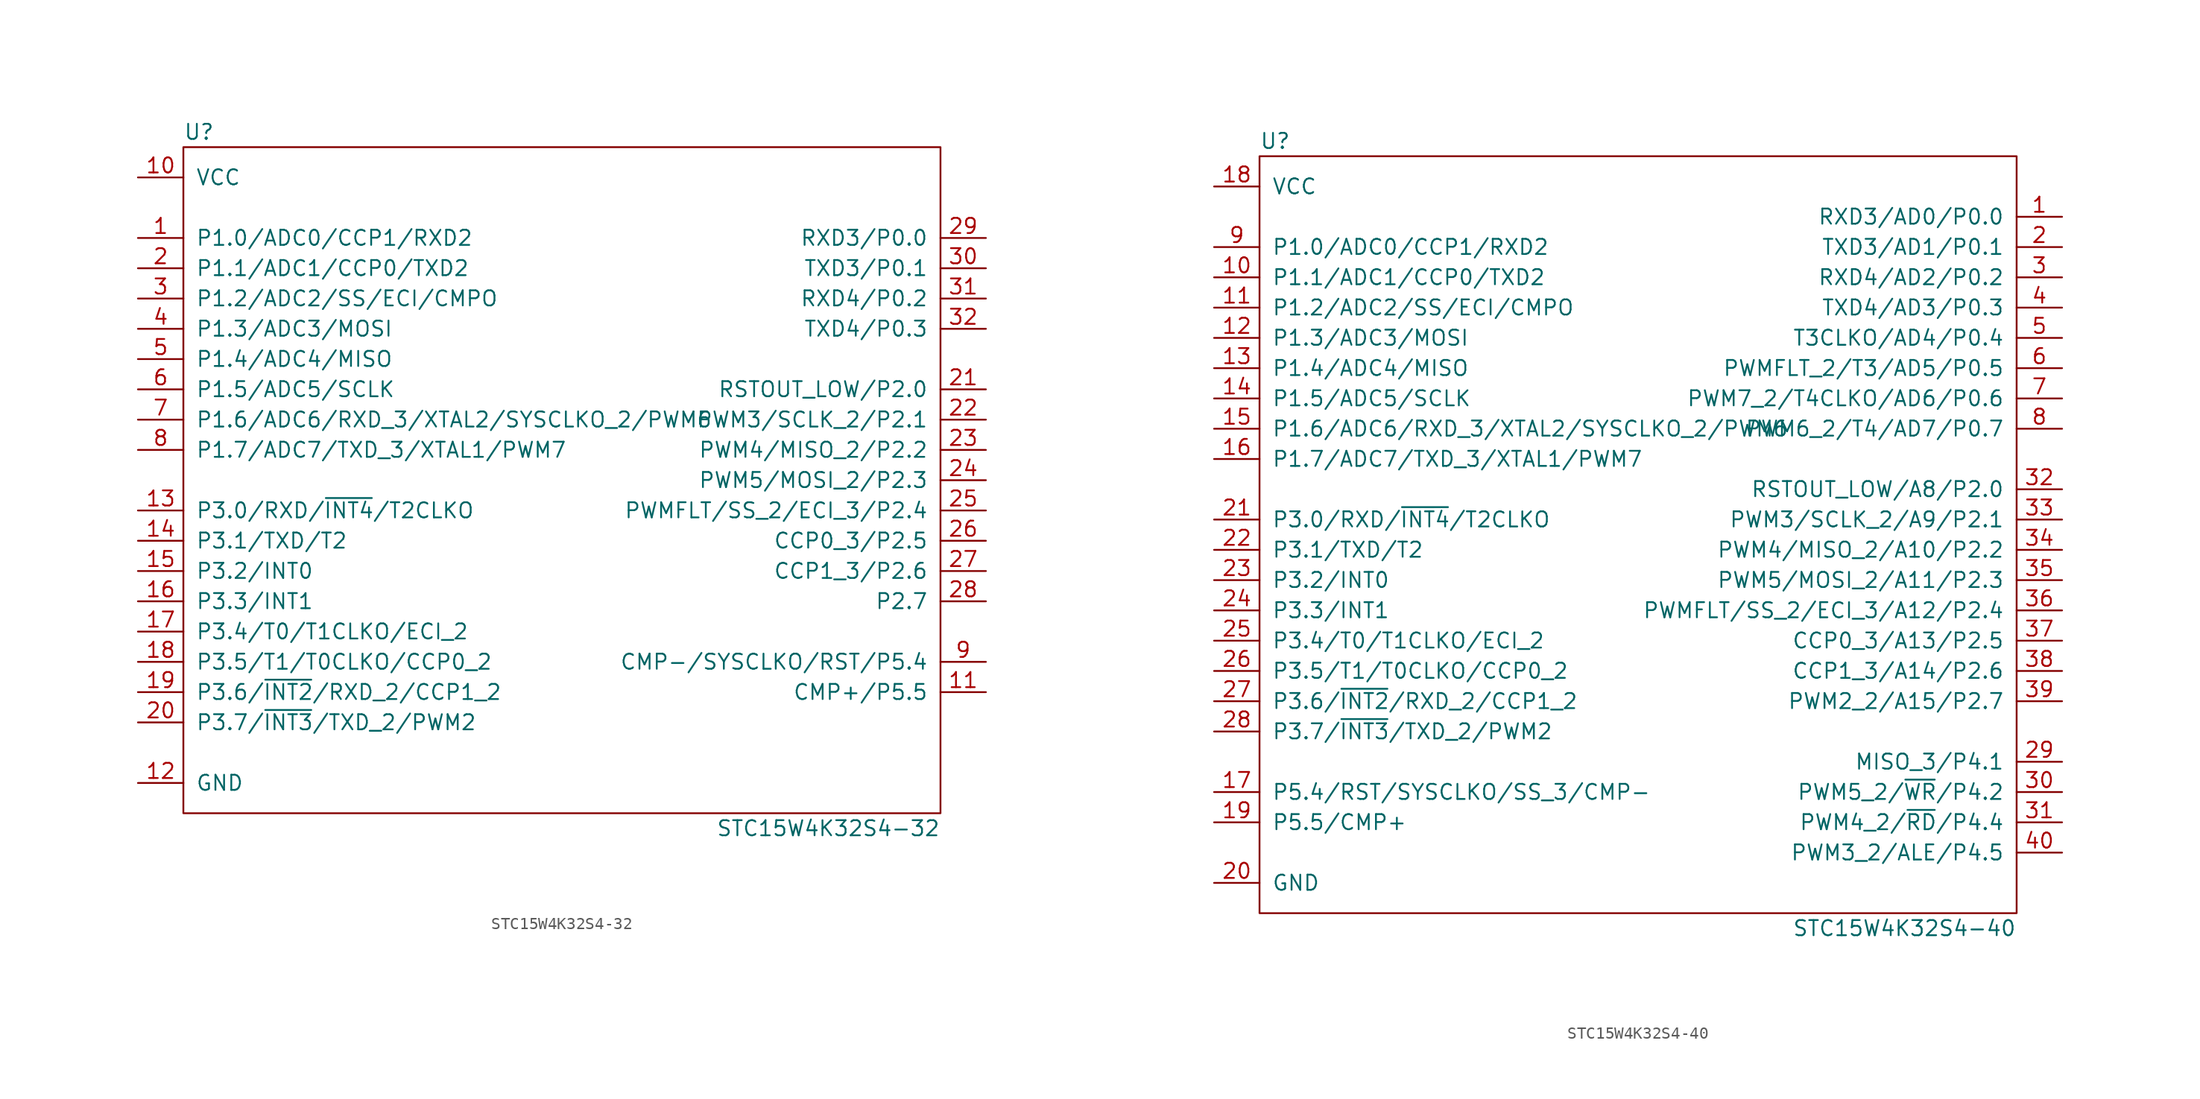
<source format=kicad_sym>
(kicad_symbol_lib
  (version 20211014)
  (generator kicad_symbol_editor)
  (symbol "STC15W4K32S4-32"
    (pin_names
      (offset 1.016))
    (property "Reference" "U"
      (at -31.75 29.21 0)
      (effects (font (size 1.27 1.27)) (justify left)))
    (property "Value" "STC15W4K32S4-32"
      (at 31.75 -29.21 0)
      (effects (font (size 1.27 1.27)) (justify right)))
    (symbol "STC15W4K32S4-32_0_1"
      (rectangle (start -31.75 27.94) (end 31.75 -27.94) (stroke (width 0.152) (type default) (color 0 0 0 0)) (fill (type none))))
    (symbol "STC15W4K32S4-32_1_1"
      (pin tri_state line (at -35.56 20.32 0) (length 3.81) (name "P1.0/ADC0/CCP1/RXD2" (effects (font (size 1.27 1.27)))) (number "1" (effects (font (size 1.27 1.27)))))
      (pin power_in line (at -35.56 25.4 0) (length 3.81) (name "VCC" (effects (font (size 1.27 1.27)))) (number "10" (effects (font (size 1.27 1.27)))))
      (pin tri_state line (at 35.56 -17.78 180) (length 3.81) (name "CMP+/P5.5" (effects (font (size 1.27 1.27)))) (number "11" (effects (font (size 1.27 1.27)))))
      (pin power_in line (at -35.56 -25.4 0) (length 3.81) (name "GND" (effects (font (size 1.27 1.27)))) (number "12" (effects (font (size 1.27 1.27)))))
      (pin tri_state line (at -35.56 -2.54 0) (length 3.81) (name "P3.0/RXD/~{INT4}/T2CLKO" (effects (font (size 1.27 1.27)))) (number "13" (effects (font (size 1.27 1.27)))))
      (pin tri_state line (at -35.56 -5.08 0) (length 3.81) (name "P3.1/TXD/T2" (effects (font (size 1.27 1.27)))) (number "14" (effects (font (size 1.27 1.27)))))
      (pin tri_state line (at -35.56 -7.62 0) (length 3.81) (name "P3.2/INT0" (effects (font (size 1.27 1.27)))) (number "15" (effects (font (size 1.27 1.27)))))
      (pin tri_state line (at -35.56 -10.16 0) (length 3.81) (name "P3.3/INT1" (effects (font (size 1.27 1.27)))) (number "16" (effects (font (size 1.27 1.27)))))
      (pin tri_state line (at -35.56 -12.7 0) (length 3.81) (name "P3.4/T0/T1CLKO/ECI_2" (effects (font (size 1.27 1.27)))) (number "17" (effects (font (size 1.27 1.27)))))
      (pin tri_state line (at -35.56 -15.24 0) (length 3.81) (name "P3.5/T1/T0CLKO/CCP0_2" (effects (font (size 1.27 1.27)))) (number "18" (effects (font (size 1.27 1.27)))))
      (pin tri_state line (at -35.56 -17.78 0) (length 3.81) (name "P3.6/~{INT2}/RXD_2/CCP1_2" (effects (font (size 1.27 1.27)))) (number "19" (effects (font (size 1.27 1.27)))))
      (pin tri_state line (at -35.56 17.78 0) (length 3.81) (name "P1.1/ADC1/CCP0/TXD2" (effects (font (size 1.27 1.27)))) (number "2" (effects (font (size 1.27 1.27)))))
      (pin tri_state line (at -35.56 -20.32 0) (length 3.81) (name "P3.7/~{INT3}/TXD_2/PWM2" (effects (font (size 1.27 1.27)))) (number "20" (effects (font (size 1.27 1.27)))))
      (pin tri_state line (at 35.56 7.62 180) (length 3.81) (name "RSTOUT_LOW/P2.0" (effects (font (size 1.27 1.27)))) (number "21" (effects (font (size 1.27 1.27)))))
      (pin tri_state line (at 35.56 5.08 180) (length 3.81) (name "PWM3/SCLK_2/P2.1" (effects (font (size 1.27 1.27)))) (number "22" (effects (font (size 1.27 1.27)))))
      (pin tri_state line (at 35.56 2.54 180) (length 3.81) (name "PWM4/MISO_2/P2.2" (effects (font (size 1.27 1.27)))) (number "23" (effects (font (size 1.27 1.27)))))
      (pin tri_state line (at 35.56 0 180) (length 3.81) (name "PWM5/MOSI_2/P2.3" (effects (font (size 1.27 1.27)))) (number "24" (effects (font (size 1.27 1.27)))))
      (pin tri_state line (at 35.56 -2.54 180) (length 3.81) (name "PWMFLT/SS_2/ECI_3/P2.4" (effects (font (size 1.27 1.27)))) (number "25" (effects (font (size 1.27 1.27)))))
      (pin tri_state line (at 35.56 -5.08 180) (length 3.81) (name "CCP0_3/P2.5" (effects (font (size 1.27 1.27)))) (number "26" (effects (font (size 1.27 1.27)))))
      (pin tri_state line (at 35.56 -7.62 180) (length 3.81) (name "CCP1_3/P2.6" (effects (font (size 1.27 1.27)))) (number "27" (effects (font (size 1.27 1.27)))))
      (pin tri_state line (at 35.56 -10.16 180) (length 3.81) (name "P2.7" (effects (font (size 1.27 1.27)))) (number "28" (effects (font (size 1.27 1.27)))))
      (pin tri_state line (at 35.56 20.32 180) (length 3.81) (name "RXD3/P0.0" (effects (font (size 1.27 1.27)))) (number "29" (effects (font (size 1.27 1.27)))))
      (pin tri_state line (at -35.56 15.24 0) (length 3.81) (name "P1.2/ADC2/SS/ECI/CMPO" (effects (font (size 1.27 1.27)))) (number "3" (effects (font (size 1.27 1.27)))))
      (pin tri_state line (at 35.56 17.78 180) (length 3.81) (name "TXD3/P0.1" (effects (font (size 1.27 1.27)))) (number "30" (effects (font (size 1.27 1.27)))))
      (pin tri_state line (at 35.56 15.24 180) (length 3.81) (name "RXD4/P0.2" (effects (font (size 1.27 1.27)))) (number "31" (effects (font (size 1.27 1.27)))))
      (pin tri_state line (at 35.56 12.7 180) (length 3.81) (name "TXD4/P0.3" (effects (font (size 1.27 1.27)))) (number "32" (effects (font (size 1.27 1.27)))))
      (pin tri_state line (at -35.56 12.7 0) (length 3.81) (name "P1.3/ADC3/MOSI" (effects (font (size 1.27 1.27)))) (number "4" (effects (font (size 1.27 1.27)))))
      (pin tri_state line (at -35.56 10.16 0) (length 3.81) (name "P1.4/ADC4/MISO" (effects (font (size 1.27 1.27)))) (number "5" (effects (font (size 1.27 1.27)))))
      (pin tri_state line (at -35.56 7.62 0) (length 3.81) (name "P1.5/ADC5/SCLK" (effects (font (size 1.27 1.27)))) (number "6" (effects (font (size 1.27 1.27)))))
      (pin tri_state line (at -35.56 5.08 0) (length 3.81) (name "P1.6/ADC6/RXD_3/XTAL2/SYSCLKO_2/PWM6" (effects (font (size 1.27 1.27)))) (number "7" (effects (font (size 1.27 1.27)))))
      (pin tri_state line (at -35.56 2.54 0) (length 3.81) (name "P1.7/ADC7/TXD_3/XTAL1/PWM7" (effects (font (size 1.27 1.27)))) (number "8" (effects (font (size 1.27 1.27)))))
      (pin tri_state line (at 35.56 -15.24 180) (length 3.81) (name "CMP-/SYSCLKO/RST/P5.4" (effects (font (size 1.27 1.27)))) (number "9" (effects (font (size 1.27 1.27)))))))
  (symbol "STC15W4K32S4-40"
    (pin_names
      (offset 1.016))
    (property "Reference" "U"
      (at -31.75 31.75 0)
      (effects (font (size 1.27 1.27)) (justify left)))
    (property "Value" "STC15W4K32S4-40"
      (at 31.75 -34.29 0)
      (effects (font (size 1.27 1.27)) (justify right)))
    (symbol "STC15W4K32S4-40_0_1"
      (rectangle (start -31.75 30.48) (end 31.75 -33.02) (stroke (width 0.152) (type default) (color 0 0 0 0)) (fill (type none))))
    (symbol "STC15W4K32S4-40_1_1"
      (pin tri_state line (at 35.56 25.4 180) (length 3.81) (name "RXD3/AD0/P0.0" (effects (font (size 1.27 1.27)))) (number "1" (effects (font (size 1.27 1.27)))))
      (pin tri_state line (at -35.56 20.32 0) (length 3.81) (name "P1.1/ADC1/CCP0/TXD2" (effects (font (size 1.27 1.27)))) (number "10" (effects (font (size 1.27 1.27)))))
      (pin tri_state line (at -35.56 17.78 0) (length 3.81) (name "P1.2/ADC2/SS/ECI/CMPO" (effects (font (size 1.27 1.27)))) (number "11" (effects (font (size 1.27 1.27)))))
      (pin tri_state line (at -35.56 15.24 0) (length 3.81) (name "P1.3/ADC3/MOSI" (effects (font (size 1.27 1.27)))) (number "12" (effects (font (size 1.27 1.27)))))
      (pin tri_state line (at -35.56 12.7 0) (length 3.81) (name "P1.4/ADC4/MISO" (effects (font (size 1.27 1.27)))) (number "13" (effects (font (size 1.27 1.27)))))
      (pin tri_state line (at -35.56 10.16 0) (length 3.81) (name "P1.5/ADC5/SCLK" (effects (font (size 1.27 1.27)))) (number "14" (effects (font (size 1.27 1.27)))))
      (pin tri_state line (at -35.56 7.62 0) (length 3.81) (name "P1.6/ADC6/RXD_3/XTAL2/SYSCLKO_2/PWM6" (effects (font (size 1.27 1.27)))) (number "15" (effects (font (size 1.27 1.27)))))
      (pin tri_state line (at -35.56 5.08 0) (length 3.81) (name "P1.7/ADC7/TXD_3/XTAL1/PWM7" (effects (font (size 1.27 1.27)))) (number "16" (effects (font (size 1.27 1.27)))))
      (pin tri_state line (at -35.56 -22.86 0) (length 3.81) (name "P5.4/RST/SYSCLKO/SS_3/CMP-" (effects (font (size 1.27 1.27)))) (number "17" (effects (font (size 1.27 1.27)))))
      (pin power_in line (at -35.56 27.94 0) (length 3.81) (name "VCC" (effects (font (size 1.27 1.27)))) (number "18" (effects (font (size 1.27 1.27)))))
      (pin tri_state line (at -35.56 -25.4 0) (length 3.81) (name "P5.5/CMP+" (effects (font (size 1.27 1.27)))) (number "19" (effects (font (size 1.27 1.27)))))
      (pin tri_state line (at 35.56 22.86 180) (length 3.81) (name "TXD3/AD1/P0.1" (effects (font (size 1.27 1.27)))) (number "2" (effects (font (size 1.27 1.27)))))
      (pin power_in line (at -35.56 -30.48 0) (length 3.81) (name "GND" (effects (font (size 1.27 1.27)))) (number "20" (effects (font (size 1.27 1.27)))))
      (pin tri_state line (at -35.56 0 0) (length 3.81) (name "P3.0/RXD/~{INT4}/T2CLKO" (effects (font (size 1.27 1.27)))) (number "21" (effects (font (size 1.27 1.27)))))
      (pin tri_state line (at -35.56 -2.54 0) (length 3.81) (name "P3.1/TXD/T2" (effects (font (size 1.27 1.27)))) (number "22" (effects (font (size 1.27 1.27)))))
      (pin tri_state line (at -35.56 -5.08 0) (length 3.81) (name "P3.2/INT0" (effects (font (size 1.27 1.27)))) (number "23" (effects (font (size 1.27 1.27)))))
      (pin tri_state line (at -35.56 -7.62 0) (length 3.81) (name "P3.3/INT1" (effects (font (size 1.27 1.27)))) (number "24" (effects (font (size 1.27 1.27)))))
      (pin tri_state line (at -35.56 -10.16 0) (length 3.81) (name "P3.4/T0/T1CLKO/ECI_2" (effects (font (size 1.27 1.27)))) (number "25" (effects (font (size 1.27 1.27)))))
      (pin tri_state line (at -35.56 -12.7 0) (length 3.81) (name "P3.5/T1/T0CLKO/CCP0_2" (effects (font (size 1.27 1.27)))) (number "26" (effects (font (size 1.27 1.27)))))
      (pin tri_state line (at -35.56 -15.24 0) (length 3.81) (name "P3.6/~{INT2}/RXD_2/CCP1_2" (effects (font (size 1.27 1.27)))) (number "27" (effects (font (size 1.27 1.27)))))
      (pin tri_state line (at -35.56 -17.78 0) (length 3.81) (name "P3.7/~{INT3}/TXD_2/PWM2" (effects (font (size 1.27 1.27)))) (number "28" (effects (font (size 1.27 1.27)))))
      (pin tri_state line (at 35.56 -20.32 180) (length 3.81) (name "MISO_3/P4.1" (effects (font (size 1.27 1.27)))) (number "29" (effects (font (size 1.27 1.27)))))
      (pin tri_state line (at 35.56 20.32 180) (length 3.81) (name "RXD4/AD2/P0.2" (effects (font (size 1.27 1.27)))) (number "3" (effects (font (size 1.27 1.27)))))
      (pin tri_state line (at 35.56 -22.86 180) (length 3.81) (name "PWM5_2/~{WR}/P4.2" (effects (font (size 1.27 1.27)))) (number "30" (effects (font (size 1.27 1.27)))))
      (pin tri_state line (at 35.56 -25.4 180) (length 3.81) (name "PWM4_2/~{RD}/P4.4" (effects (font (size 1.27 1.27)))) (number "31" (effects (font (size 1.27 1.27)))))
      (pin tri_state line (at 35.56 2.54 180) (length 3.81) (name "RSTOUT_LOW/A8/P2.0" (effects (font (size 1.27 1.27)))) (number "32" (effects (font (size 1.27 1.27)))))
      (pin tri_state line (at 35.56 0 180) (length 3.81) (name "PWM3/SCLK_2/A9/P2.1" (effects (font (size 1.27 1.27)))) (number "33" (effects (font (size 1.27 1.27)))))
      (pin tri_state line (at 35.56 -2.54 180) (length 3.81) (name "PWM4/MISO_2/A10/P2.2" (effects (font (size 1.27 1.27)))) (number "34" (effects (font (size 1.27 1.27)))))
      (pin tri_state line (at 35.56 -5.08 180) (length 3.81) (name "PWM5/MOSI_2/A11/P2.3" (effects (font (size 1.27 1.27)))) (number "35" (effects (font (size 1.27 1.27)))))
      (pin tri_state line (at 35.56 -7.62 180) (length 3.81) (name "PWMFLT/SS_2/ECI_3/A12/P2.4" (effects (font (size 1.27 1.27)))) (number "36" (effects (font (size 1.27 1.27)))))
      (pin tri_state line (at 35.56 -10.16 180) (length 3.81) (name "CCP0_3/A13/P2.5" (effects (font (size 1.27 1.27)))) (number "37" (effects (font (size 1.27 1.27)))))
      (pin tri_state line (at 35.56 -12.7 180) (length 3.81) (name "CCP1_3/A14/P2.6" (effects (font (size 1.27 1.27)))) (number "38" (effects (font (size 1.27 1.27)))))
      (pin tri_state line (at 35.56 -15.24 180) (length 3.81) (name "PWM2_2/A15/P2.7" (effects (font (size 1.27 1.27)))) (number "39" (effects (font (size 1.27 1.27)))))
      (pin tri_state line (at 35.56 17.78 180) (length 3.81) (name "TXD4/AD3/P0.3" (effects (font (size 1.27 1.27)))) (number "4" (effects (font (size 1.27 1.27)))))
      (pin tri_state line (at 35.56 -27.94 180) (length 3.81) (name "PWM3_2/ALE/P4.5" (effects (font (size 1.27 1.27)))) (number "40" (effects (font (size 1.27 1.27)))))
      (pin tri_state line (at 35.56 15.24 180) (length 3.81) (name "T3CLKO/AD4/P0.4" (effects (font (size 1.27 1.27)))) (number "5" (effects (font (size 1.27 1.27)))))
      (pin tri_state line (at 35.56 12.7 180) (length 3.81) (name "PWMFLT_2/T3/AD5/P0.5" (effects (font (size 1.27 1.27)))) (number "6" (effects (font (size 1.27 1.27)))))
      (pin tri_state line (at 35.56 10.16 180) (length 3.81) (name "PWM7_2/T4CLKO/AD6/P0.6" (effects (font (size 1.27 1.27)))) (number "7" (effects (font (size 1.27 1.27)))))
      (pin tri_state line (at 35.56 7.62 180) (length 3.81) (name "PWM6_2/T4/AD7/P0.7" (effects (font (size 1.27 1.27)))) (number "8" (effects (font (size 1.27 1.27)))))
      (pin tri_state line (at -35.56 22.86 0) (length 3.81) (name "P1.0/ADC0/CCP1/RXD2" (effects (font (size 1.27 1.27)))) (number "9" (effects (font (size 1.27 1.27))))))))
</source>
